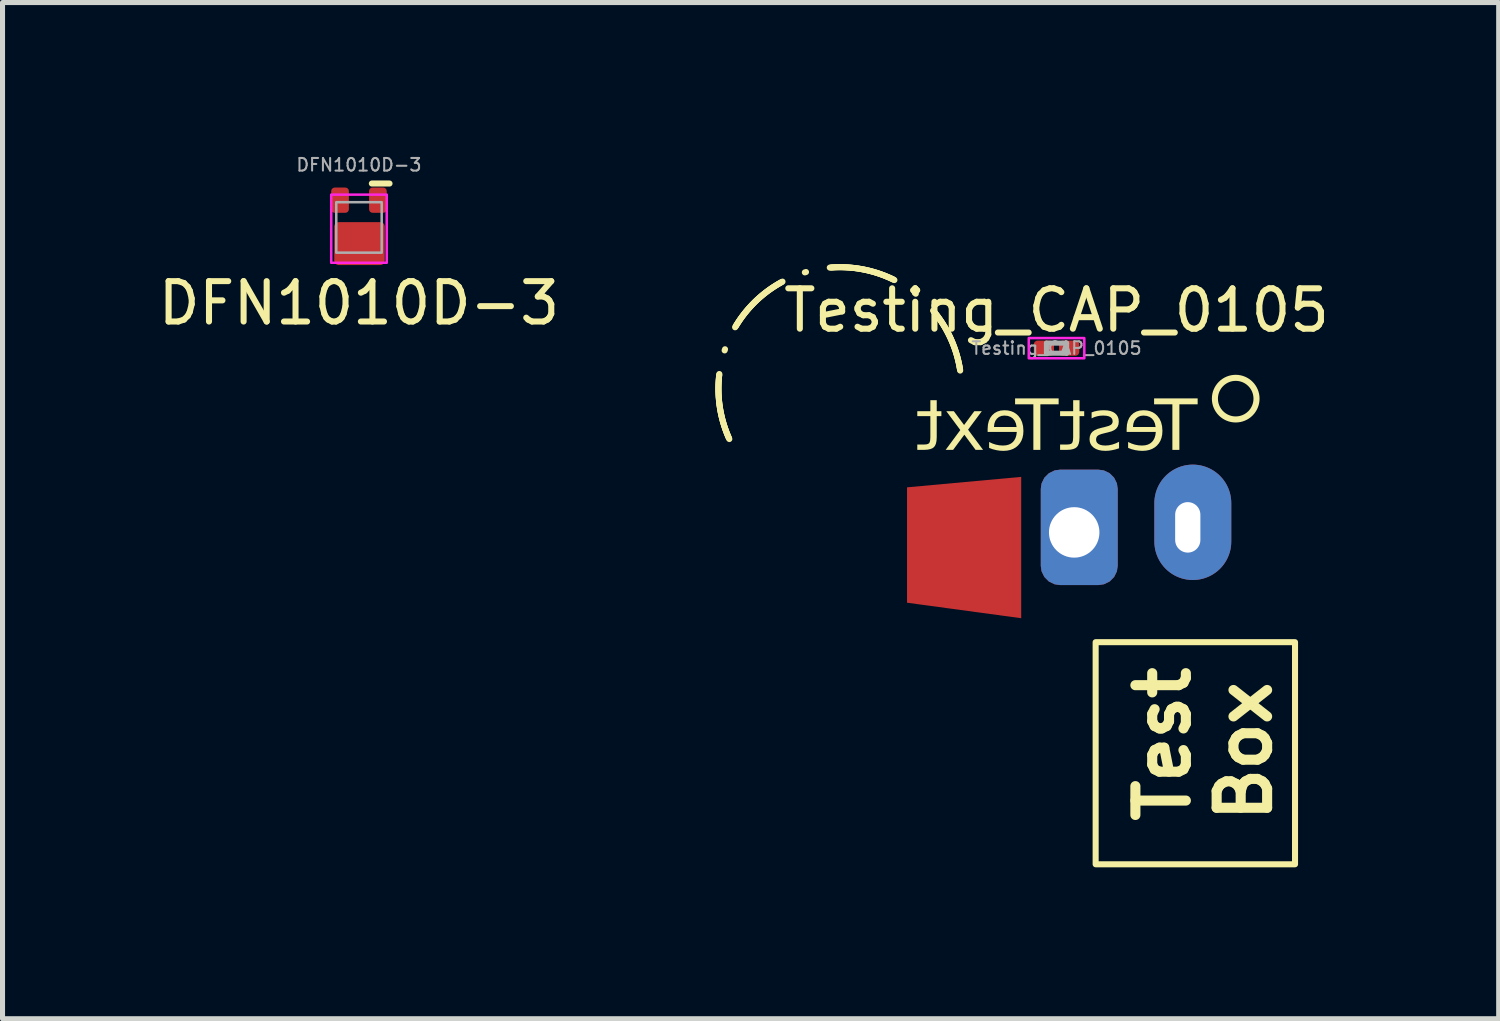
<source format=kicad_pcb>
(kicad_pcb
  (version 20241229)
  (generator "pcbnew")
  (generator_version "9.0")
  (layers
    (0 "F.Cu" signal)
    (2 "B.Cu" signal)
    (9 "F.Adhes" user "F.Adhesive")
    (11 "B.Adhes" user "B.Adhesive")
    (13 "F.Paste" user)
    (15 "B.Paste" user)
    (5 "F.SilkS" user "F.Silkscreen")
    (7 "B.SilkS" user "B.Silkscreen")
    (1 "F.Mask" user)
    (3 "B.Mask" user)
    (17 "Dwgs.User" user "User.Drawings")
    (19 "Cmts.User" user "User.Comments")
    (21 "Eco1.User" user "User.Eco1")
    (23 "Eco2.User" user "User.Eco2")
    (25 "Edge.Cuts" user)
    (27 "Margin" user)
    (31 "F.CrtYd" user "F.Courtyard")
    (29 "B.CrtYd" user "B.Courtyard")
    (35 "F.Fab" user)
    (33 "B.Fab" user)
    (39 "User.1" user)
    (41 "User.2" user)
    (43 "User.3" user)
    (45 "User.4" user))
  (footprint "DFN1010D-3"
    (layer "F.Cu")
    (at 4.062 1.456)
    (property "Reference" "DFN1010D-3" (at 0 1.5 0) (unlocked yes) (layer "F.SilkS") (effects (font (size 0.8 0.8) (thickness 0.12))))
    (attr smd)
    (fp_line (start 0.605 -0.87) (end 0.255 -0.87) (stroke (width 0.12) (type solid)) (layer "F.SilkS"))
    (fp_rect (start -0.4 0.4) (end 0.4 0.7) (stroke (width 0.1) (type solid)) (fill yes) (layer "F.Paste"))
    (fp_rect (start -0.55 -0.65) (end 0.55 0.7) (stroke (width 0.05) (type solid)) (fill no) (layer "F.CrtYd"))
    (fp_rect (start -0.45 -0.5) (end 0.45 0.5) (stroke (width 0.05) (type solid)) (fill no) (layer "F.Fab"))
    (fp_rect (start -0.45 -0.095) (end 0.45 0.095) (stroke (width 0.01) (type solid)) (fill no) (layer "User.6"))
    (fp_rect (start -0.138 0.275) (end 0.138 0.5) (stroke (width 0.01) (type solid)) (fill no) (layer "User.6"))
    (fp_text user "${REFERENCE}" (at 0 -1.24 0) (unlocked yes) (layer "F.Fab") (effects (font (size 0.25 0.25) (thickness 0.04))))
    (pad "1" smd roundrect (at 0.375 -0.54) (size 0.35 0.5) (layers "F.Cu" "F.Mask" "F.Paste") (roundrect_rratio 0.2))
    (pad "2" smd roundrect (at -0.375 -0.54) (size 0.35 0.5) (layers "F.Cu" "F.Mask" "F.Paste") (roundrect_rratio 0.2))
    (pad "3" smd roundrect (at 0.01 0.32) (size 1 0.85) (layers "F.Cu" "F.Mask") (roundrect_rratio 0.1)))
  (footprint "Testing_CAP_0105"
    (layer "F.Cu")
    (at 17.882 3.848)
    (property "Reference" "Testing_CAP_0105" (at 0 -0.75 0) (unlocked yes) (layer "F.SilkS") (effects (font (size 0.8 0.8) (thickness 0.12))))
    (attr smd board_only exclude_from_pos_files exclude_from_bom allow_missing_courtyard dnp allow_soldermask_bridges)
    (fp_arc (start -6.482613 1.800303) (mid -4.8 -1.55) (end -1.881841 0.803734) (stroke (width 0.12) (type dash_dot)) (layer "F.SilkS"))
    (fp_circle (center 3.55 1) (end 3.95 0.9) (stroke (width 0.12) (type default)) (fill no) (layer "F.SilkS"))
    (fp_rect (start -0.55 -0.2) (end 0.55 0.2) (stroke (width 0.05) (type default)) (fill no) (layer "F.CrtYd"))
    (fp_line (start -0.2 -0.1) (end 0.2 -0.1) (stroke (width 0.1) (type solid)) (layer "F.Fab"))
    (fp_line (start -0.2 0.1) (end -0.2 -0.1) (stroke (width 0.1) (type solid)) (layer "F.Fab"))
    (fp_line (start 0.2 -0.1) (end 0.2 0.1) (stroke (width 0.1) (type solid)) (layer "F.Fab"))
    (fp_line (start 0.2 0.1) (end -0.2 0.1) (stroke (width 0.1) (type solid)) (layer "F.Fab"))
    (fp_poly (pts (xy 4.5 0.8) (xy 3.7 -0.5) (xy 5.7 -0.25) (xy 4.8 0) (xy 5.3 0.6)) (stroke (width 0.12) (type solid)) (fill no) (layer "User.6"))
    (fp_text user "TestText" (at 0 1.6 0) (unlocked yes) (layer "F.SilkS") (effects (font (face "Amiri") (size 1 1) (thickness 0.15)) (justify mirror)))
    (fp_text user "${REFERENCE}" (at 0 0 0) (unlocked yes) (layer "F.Fab") (effects (font (size 0.25 0.25) (thickness 0.04))))
    (fp_text_box "Test Box" (start 0.775 5.825) (end 4.725 10.225) (margins 0.81 0.81 0.81 0.81) (angle 90) (layer "F.SilkS") (effects (font (size 1 1) (thickness 0.2) (bold yes)) (justify left top)) (border yes) (stroke (width 0.12) (type solid)))
    (dimension (type aligned) (layer "Eco1.User") (pts (xy 17.632 3.848) (xy 18.132 3.848)) (height -1.85) (format (prefix "") (suffix "") (units 3) (units_format 1) (precision 4)) (style (thickness 0.12) (arrow_length 1.27) (text_position_mode 0) (arrow_direction outward) (extension_height 0.586) (extension_offset 0.5) (keep_text_aligned yes)) (gr_text "0.5000 mm" (at 17.882 0.848 0) (layer "Eco1.User") (effects (font (size 1 1) (thickness 0.15)))))
    (pad "1" smd roundrect (at -0.25 0) (size 0.4 0.3) (layers "F.Cu" "F.Mask" "F.Paste") (roundrect_rratio 0.25))
    (pad "2" smd roundrect (at 0.25 0) (size 0.4 0.3) (layers "F.Cu" "F.Mask" "F.Paste") (roundrect_rratio 0.25))
    (pad "3" thru_hole roundrect (at 0.35 3.65 90) (size 2.286 1.524) (drill 1 (offset 0.1 0.1)) (property pad_prop_testpoint) (layers "*.Cu" "*.Mask") (roundrect_rratio 0.25))
    (pad "4" smd custom (at -2.3 4 90) (size 2.286 1.524) (drill (offset 0.1 0.1)) (layers "F.Cu" "F.Mask" "F.Paste") (options (anchor rect)) (primitives (gr_poly (pts (xy 1.143 -0.762) (xy 1.35 1.5) (xy -1.45 1.5) (xy -1.143 -0.762)) (width 0) (fill yes))))
    (pad "5" thru_hole oval (at 2.6 3.55 90) (size 2.286 1.524) (drill oval 1 0.5 (offset 0.1 0.1)) (layers "*.Cu" "*.Mask"))
    (zone (net_name "") (layers "F.Cu" "Eco1.User") (hatch edge 0.5) (connect_pads) (min_thickness 0.25) (filled_areas_thickness no) (keepout (tracks not_allowed) (vias not_allowed) (pads not_allowed) (copperpour allowed) (footprints allowed)) (placement (enabled no)) (fill) (polygon (pts (xy 20.032 3.698) (xy 19.682 3.298) (xy 20.182 2.948) (xy 20.582 3.698)))))
  (gr_rect
    (start -3 -3)
    (end 26.642 17.133)
    (stroke (width 0.1) (type default))
    (fill no)
    (layer "Edge.Cuts")))
</source>
